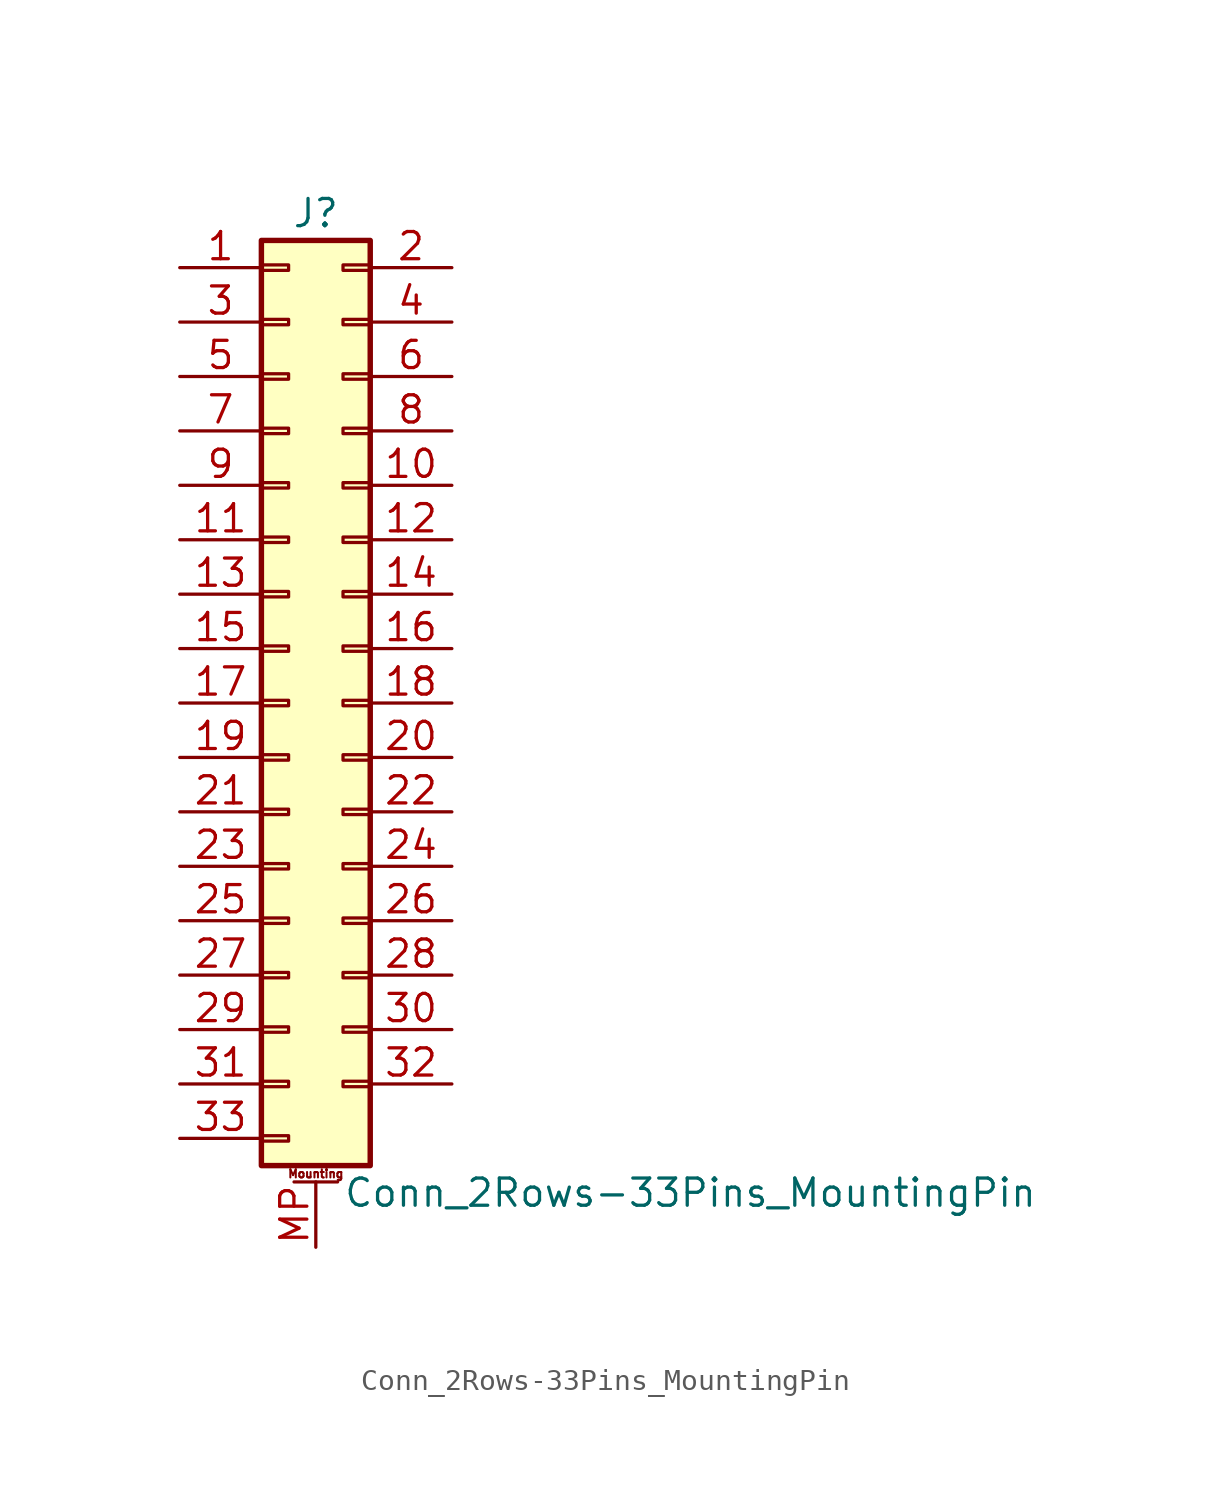
<source format=kicad_sym>
(kicad_symbol_lib
  (version 20220914)
  (generator kicad_symbol_editor)
  (symbol "Conn_2Rows-33Pins_MountingPin"
    (pin_names
      (offset 1.016) hide)
    (property "Reference" "J"
      (at 1.27 22.86 0)
      (effects (font (size 1.27 1.27))))
    (property "Value" "Conn_2Rows-33Pins_MountingPin"
      (at 2.54 -22.86 0)
      (effects (font (size 1.27 1.27)) (justify left)))
    (symbol "Conn_2Rows-33Pins_MountingPin_1_1"
      (rectangle (start -1.27 -20.193) (end 0 -20.447) (stroke (width 0.152) (type default)) (fill (type none)))
      (rectangle (start -1.27 -17.653) (end 0 -17.907) (stroke (width 0.152) (type default)) (fill (type none)))
      (rectangle (start -1.27 -15.113) (end 0 -15.367) (stroke (width 0.152) (type default)) (fill (type none)))
      (rectangle (start -1.27 -12.573) (end 0 -12.827) (stroke (width 0.152) (type default)) (fill (type none)))
      (rectangle (start -1.27 -10.033) (end 0 -10.287) (stroke (width 0.152) (type default)) (fill (type none)))
      (rectangle (start -1.27 -7.493) (end 0 -7.747) (stroke (width 0.152) (type default)) (fill (type none)))
      (rectangle (start -1.27 -4.953) (end 0 -5.207) (stroke (width 0.152) (type default)) (fill (type none)))
      (rectangle (start -1.27 -2.413) (end 0 -2.667) (stroke (width 0.152) (type default)) (fill (type none)))
      (rectangle (start -1.27 0.127) (end 0 -0.127) (stroke (width 0.152) (type default)) (fill (type none)))
      (rectangle (start -1.27 2.667) (end 0 2.413) (stroke (width 0.152) (type default)) (fill (type none)))
      (rectangle (start -1.27 5.207) (end 0 4.953) (stroke (width 0.152) (type default)) (fill (type none)))
      (rectangle (start -1.27 7.747) (end 0 7.493) (stroke (width 0.152) (type default)) (fill (type none)))
      (rectangle (start -1.27 10.287) (end 0 10.033) (stroke (width 0.152) (type default)) (fill (type none)))
      (rectangle (start -1.27 12.827) (end 0 12.573) (stroke (width 0.152) (type default)) (fill (type none)))
      (rectangle (start -1.27 15.367) (end 0 15.113) (stroke (width 0.152) (type default)) (fill (type none)))
      (rectangle (start -1.27 17.907) (end 0 17.653) (stroke (width 0.152) (type default)) (fill (type none)))
      (rectangle (start -1.27 20.447) (end 0 20.193) (stroke (width 0.152) (type default)) (fill (type none)))
      (rectangle (start -1.27 21.59) (end 3.81 -21.59) (stroke (width 0.254) (type default)) (fill (type background)))
      (polyline (pts (xy 0.254 -22.352) (xy 2.286 -22.352)) (stroke (width 0.152) (type default)) (fill (type none)))
      (rectangle (start 3.81 -17.653) (end 2.54 -17.907) (stroke (width 0.152) (type default)) (fill (type none)))
      (rectangle (start 3.81 -15.113) (end 2.54 -15.367) (stroke (width 0.152) (type default)) (fill (type none)))
      (rectangle (start 3.81 -12.573) (end 2.54 -12.827) (stroke (width 0.152) (type default)) (fill (type none)))
      (rectangle (start 3.81 -10.033) (end 2.54 -10.287) (stroke (width 0.152) (type default)) (fill (type none)))
      (rectangle (start 3.81 -7.493) (end 2.54 -7.747) (stroke (width 0.152) (type default)) (fill (type none)))
      (rectangle (start 3.81 -4.953) (end 2.54 -5.207) (stroke (width 0.152) (type default)) (fill (type none)))
      (rectangle (start 3.81 -2.413) (end 2.54 -2.667) (stroke (width 0.152) (type default)) (fill (type none)))
      (rectangle (start 3.81 0.127) (end 2.54 -0.127) (stroke (width 0.152) (type default)) (fill (type none)))
      (rectangle (start 3.81 2.667) (end 2.54 2.413) (stroke (width 0.152) (type default)) (fill (type none)))
      (rectangle (start 3.81 5.207) (end 2.54 4.953) (stroke (width 0.152) (type default)) (fill (type none)))
      (rectangle (start 3.81 7.747) (end 2.54 7.493) (stroke (width 0.152) (type default)) (fill (type none)))
      (rectangle (start 3.81 10.287) (end 2.54 10.033) (stroke (width 0.152) (type default)) (fill (type none)))
      (rectangle (start 3.81 12.827) (end 2.54 12.573) (stroke (width 0.152) (type default)) (fill (type none)))
      (rectangle (start 3.81 15.367) (end 2.54 15.113) (stroke (width 0.152) (type default)) (fill (type none)))
      (rectangle (start 3.81 17.907) (end 2.54 17.653) (stroke (width 0.152) (type default)) (fill (type none)))
      (rectangle (start 3.81 20.447) (end 2.54 20.193) (stroke (width 0.152) (type default)) (fill (type none)))
      (text "Mounting" (at 1.27 -21.971 0) (effects (font (size 0.381 0.381))))
      (pin passive line (at -5.08 20.32 0) (length 3.81) (name "Pin_1" (effects (font (size 1.27 1.27)))) (number "1" (effects (font (size 1.27 1.27)))))
      (pin passive line (at 7.62 10.16 180) (length 3.81) (name "Pin_10" (effects (font (size 1.27 1.27)))) (number "10" (effects (font (size 1.27 1.27)))))
      (pin passive line (at -5.08 7.62 0) (length 3.81) (name "Pin_11" (effects (font (size 1.27 1.27)))) (number "11" (effects (font (size 1.27 1.27)))))
      (pin passive line (at 7.62 7.62 180) (length 3.81) (name "Pin_12" (effects (font (size 1.27 1.27)))) (number "12" (effects (font (size 1.27 1.27)))))
      (pin passive line (at -5.08 5.08 0) (length 3.81) (name "Pin_13" (effects (font (size 1.27 1.27)))) (number "13" (effects (font (size 1.27 1.27)))))
      (pin passive line (at 7.62 5.08 180) (length 3.81) (name "Pin_14" (effects (font (size 1.27 1.27)))) (number "14" (effects (font (size 1.27 1.27)))))
      (pin passive line (at -5.08 2.54 0) (length 3.81) (name "Pin_15" (effects (font (size 1.27 1.27)))) (number "15" (effects (font (size 1.27 1.27)))))
      (pin passive line (at 7.62 2.54 180) (length 3.81) (name "Pin_16" (effects (font (size 1.27 1.27)))) (number "16" (effects (font (size 1.27 1.27)))))
      (pin passive line (at -5.08 0 0) (length 3.81) (name "Pin_17" (effects (font (size 1.27 1.27)))) (number "17" (effects (font (size 1.27 1.27)))))
      (pin passive line (at 7.62 0 180) (length 3.81) (name "Pin_18" (effects (font (size 1.27 1.27)))) (number "18" (effects (font (size 1.27 1.27)))))
      (pin passive line (at -5.08 -2.54 0) (length 3.81) (name "Pin_19" (effects (font (size 1.27 1.27)))) (number "19" (effects (font (size 1.27 1.27)))))
      (pin passive line (at 7.62 20.32 180) (length 3.81) (name "Pin_2" (effects (font (size 1.27 1.27)))) (number "2" (effects (font (size 1.27 1.27)))))
      (pin passive line (at 7.62 -2.54 180) (length 3.81) (name "Pin_20" (effects (font (size 1.27 1.27)))) (number "20" (effects (font (size 1.27 1.27)))))
      (pin passive line (at -5.08 -5.08 0) (length 3.81) (name "Pin_21" (effects (font (size 1.27 1.27)))) (number "21" (effects (font (size 1.27 1.27)))))
      (pin passive line (at 7.62 -5.08 180) (length 3.81) (name "Pin_22" (effects (font (size 1.27 1.27)))) (number "22" (effects (font (size 1.27 1.27)))))
      (pin passive line (at -5.08 -7.62 0) (length 3.81) (name "Pin_23" (effects (font (size 1.27 1.27)))) (number "23" (effects (font (size 1.27 1.27)))))
      (pin passive line (at 7.62 -7.62 180) (length 3.81) (name "Pin_24" (effects (font (size 1.27 1.27)))) (number "24" (effects (font (size 1.27 1.27)))))
      (pin passive line (at -5.08 -10.16 0) (length 3.81) (name "Pin_25" (effects (font (size 1.27 1.27)))) (number "25" (effects (font (size 1.27 1.27)))))
      (pin passive line (at 7.62 -10.16 180) (length 3.81) (name "Pin_26" (effects (font (size 1.27 1.27)))) (number "26" (effects (font (size 1.27 1.27)))))
      (pin passive line (at -5.08 -12.7 0) (length 3.81) (name "Pin_27" (effects (font (size 1.27 1.27)))) (number "27" (effects (font (size 1.27 1.27)))))
      (pin passive line (at 7.62 -12.7 180) (length 3.81) (name "Pin_28" (effects (font (size 1.27 1.27)))) (number "28" (effects (font (size 1.27 1.27)))))
      (pin passive line (at -5.08 -15.24 0) (length 3.81) (name "Pin_29" (effects (font (size 1.27 1.27)))) (number "29" (effects (font (size 1.27 1.27)))))
      (pin passive line (at -5.08 17.78 0) (length 3.81) (name "Pin_3" (effects (font (size 1.27 1.27)))) (number "3" (effects (font (size 1.27 1.27)))))
      (pin passive line (at 7.62 -15.24 180) (length 3.81) (name "Pin_30" (effects (font (size 1.27 1.27)))) (number "30" (effects (font (size 1.27 1.27)))))
      (pin passive line (at -5.08 -17.78 0) (length 3.81) (name "Pin_31" (effects (font (size 1.27 1.27)))) (number "31" (effects (font (size 1.27 1.27)))))
      (pin passive line (at 7.62 -17.78 180) (length 3.81) (name "Pin_32" (effects (font (size 1.27 1.27)))) (number "32" (effects (font (size 1.27 1.27)))))
      (pin passive line (at -5.08 -20.32 0) (length 3.81) (name "Pin_33" (effects (font (size 1.27 1.27)))) (number "33" (effects (font (size 1.27 1.27)))))
      (pin passive line (at 7.62 17.78 180) (length 3.81) (name "Pin_4" (effects (font (size 1.27 1.27)))) (number "4" (effects (font (size 1.27 1.27)))))
      (pin passive line (at -5.08 15.24 0) (length 3.81) (name "Pin_5" (effects (font (size 1.27 1.27)))) (number "5" (effects (font (size 1.27 1.27)))))
      (pin passive line (at 7.62 15.24 180) (length 3.81) (name "Pin_6" (effects (font (size 1.27 1.27)))) (number "6" (effects (font (size 1.27 1.27)))))
      (pin passive line (at -5.08 12.7 0) (length 3.81) (name "Pin_7" (effects (font (size 1.27 1.27)))) (number "7" (effects (font (size 1.27 1.27)))))
      (pin passive line (at 7.62 12.7 180) (length 3.81) (name "Pin_8" (effects (font (size 1.27 1.27)))) (number "8" (effects (font (size 1.27 1.27)))))
      (pin passive line (at -5.08 10.16 0) (length 3.81) (name "Pin_9" (effects (font (size 1.27 1.27)))) (number "9" (effects (font (size 1.27 1.27)))))
      (pin passive line (at 1.27 -25.4 90) (length 3.048) (name "MountPin" (effects (font (size 1.27 1.27)))) (number "MP" (effects (font (size 1.27 1.27))))))))
</source>
